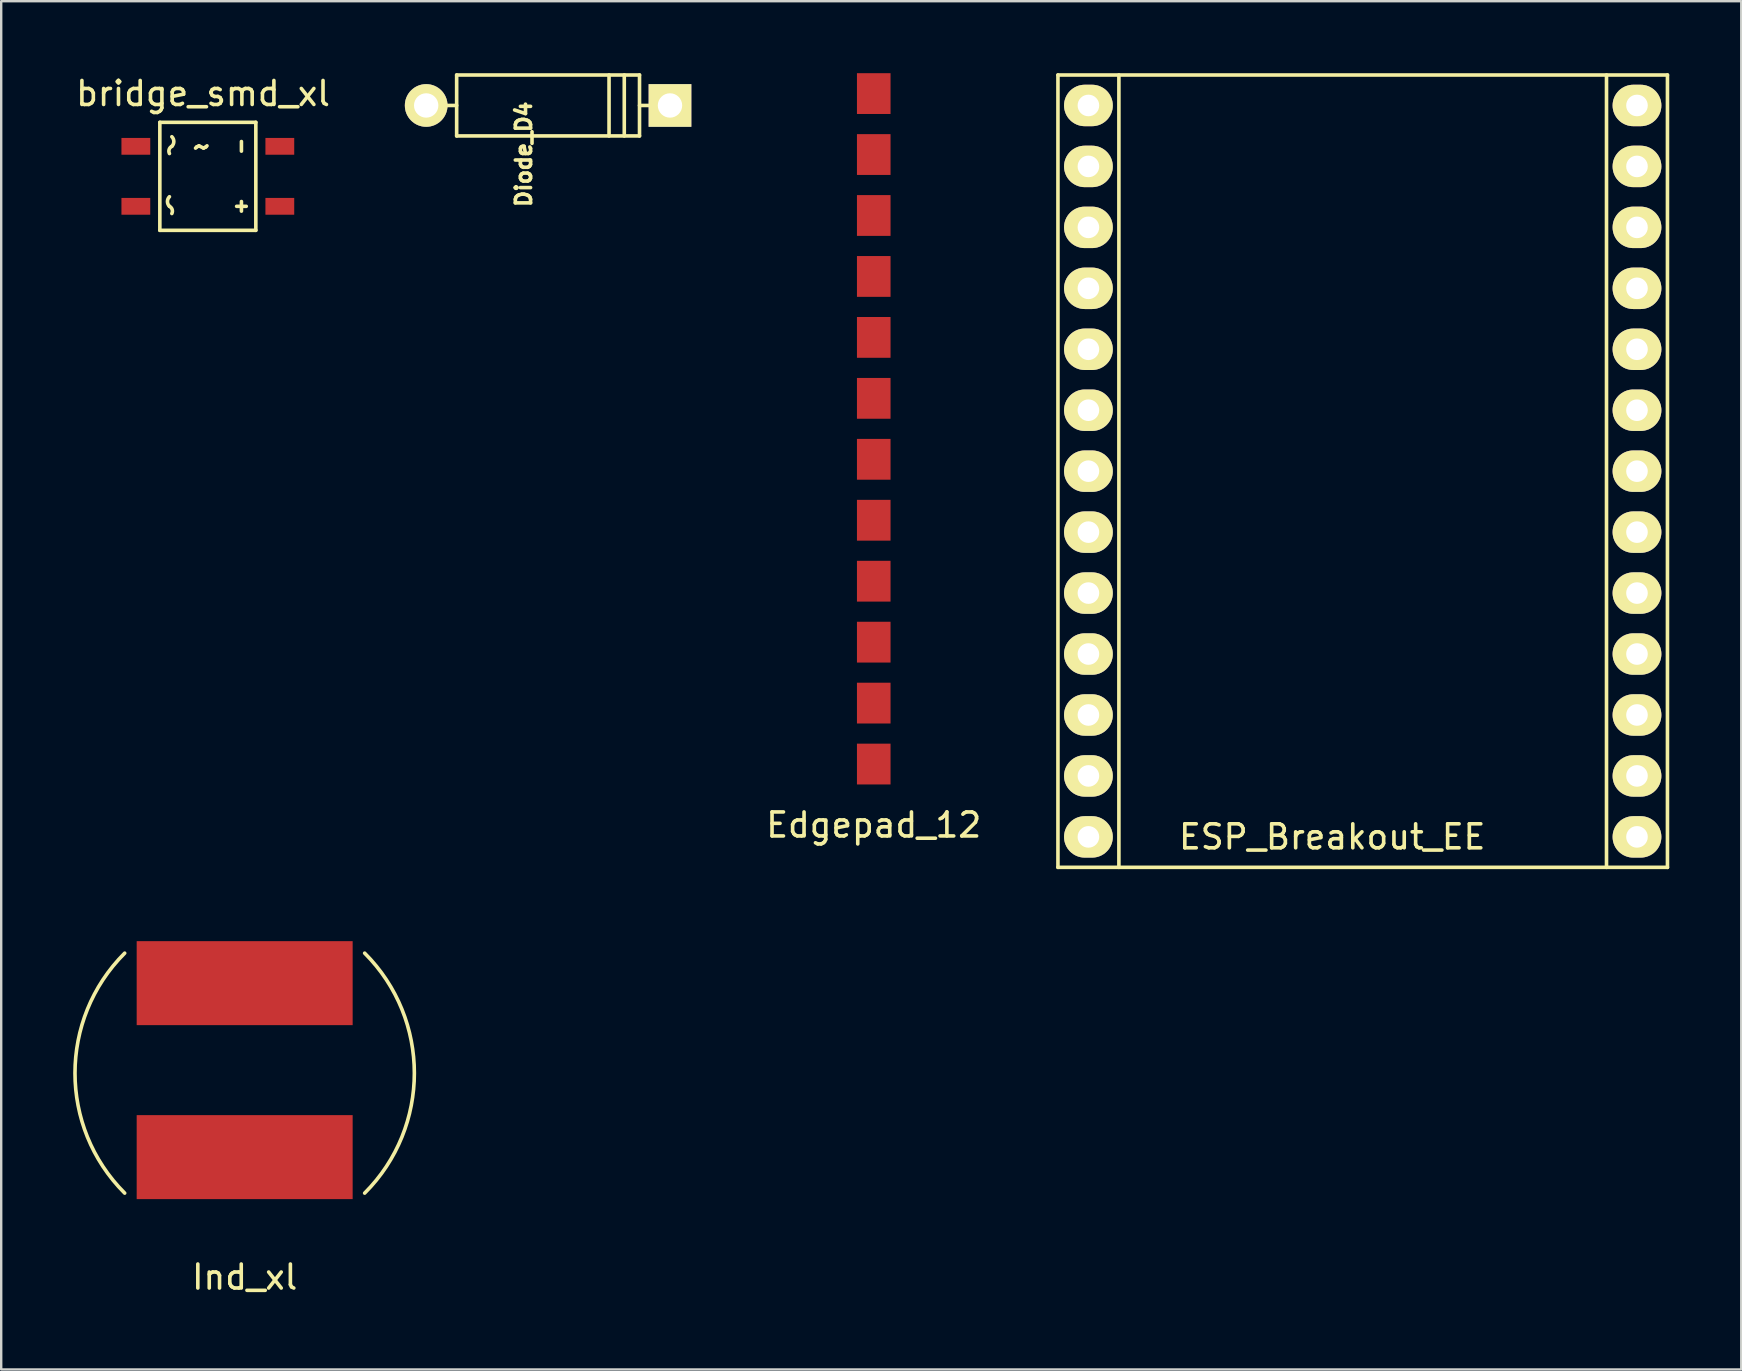
<source format=kicad_pcb>
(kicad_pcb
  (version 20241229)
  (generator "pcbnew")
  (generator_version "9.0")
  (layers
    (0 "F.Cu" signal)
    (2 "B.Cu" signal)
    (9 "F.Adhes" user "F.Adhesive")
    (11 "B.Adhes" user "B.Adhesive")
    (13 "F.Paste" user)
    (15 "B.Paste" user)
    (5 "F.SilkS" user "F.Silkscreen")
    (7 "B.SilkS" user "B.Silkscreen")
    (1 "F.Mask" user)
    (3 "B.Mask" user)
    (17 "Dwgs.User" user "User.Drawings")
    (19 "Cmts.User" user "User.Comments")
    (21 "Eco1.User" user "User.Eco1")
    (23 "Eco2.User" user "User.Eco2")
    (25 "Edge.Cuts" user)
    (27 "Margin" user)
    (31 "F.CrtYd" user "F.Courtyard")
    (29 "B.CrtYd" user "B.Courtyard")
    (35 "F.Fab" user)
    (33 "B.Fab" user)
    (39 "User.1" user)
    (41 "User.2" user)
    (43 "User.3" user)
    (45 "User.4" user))
  (footprint "Diode_D4"
    (layer "F.Cu")
    (at 19.79 1.345)
    (property "Reference" "Diode_D4" (at -1.016 2.032 90) (layer "F.SilkS") (effects (font (size 0.635 0.635) (thickness 0.15))))
    (attr through_hole)
    (fp_line (start -3.81 -1.27) (end 3.81 -1.27) (stroke (width 0.15) (type solid)) (layer "F.SilkS"))
    (fp_line (start -3.81 0) (end -5.08 0) (stroke (width 0.15) (type solid)) (layer "F.SilkS"))
    (fp_line (start -3.81 1.27) (end -3.81 -1.27) (stroke (width 0.15) (type solid)) (layer "F.SilkS"))
    (fp_line (start 2.54 1.27) (end 2.54 -1.27) (stroke (width 0.15) (type solid)) (layer "F.SilkS"))
    (fp_line (start 3.175 -1.27) (end 3.175 1.27) (stroke (width 0.15) (type solid)) (layer "F.SilkS"))
    (fp_line (start 3.81 -1.27) (end 3.81 1.27) (stroke (width 0.15) (type solid)) (layer "F.SilkS"))
    (fp_line (start 3.81 0) (end 5.08 0) (stroke (width 0.15) (type solid)) (layer "F.SilkS"))
    (fp_line (start 3.81 1.27) (end -3.81 1.27) (stroke (width 0.15) (type solid)) (layer "F.SilkS"))
    (pad "1" thru_hole circle (at -5.08 0) (size 1.778 1.778) (drill 1.016) (layers "*.Cu" "*.Mask" "F.SilkS"))
    (pad "2" thru_hole rect (at 5.08 0) (size 1.778 1.778) (drill 1.016) (layers "*.Cu" "*.Mask" "F.SilkS")))
  (footprint "bridge_smd_xl"
    (layer "F.Cu")
    (at 3.611 6.548)
    (property "Reference" "bridge_smd_xl" (at 1.8 -5.7 0) (layer "F.SilkS") (effects (font (size 1 1) (thickness 0.15))))
    (attr through_hole)
    (fp_line (start 0 -4.5) (end 4 -4.5) (stroke (width 0.15) (type solid)) (layer "F.SilkS"))
    (fp_line (start 0 0) (end 0 -4.5) (stroke (width 0.15) (type solid)) (layer "F.SilkS"))
    (fp_line (start 3.2 -1) (end 3.6 -1) (stroke (width 0.15) (type solid)) (layer "F.SilkS"))
    (fp_line (start 3.4 -3.7) (end 3.4 -3.3) (stroke (width 0.15) (type solid)) (layer "F.SilkS"))
    (fp_line (start 3.4 -1.2) (end 3.4 -0.8) (stroke (width 0.15) (type solid)) (layer "F.SilkS"))
    (fp_line (start 4 -4.5) (end 4 0) (stroke (width 0.15) (type solid)) (layer "F.SilkS"))
    (fp_line (start 4 0) (end 0 0) (stroke (width 0.15) (type solid)) (layer "F.SilkS"))
    (fp_arc (start 0.4 -3.2) (mid 0.387868 -3.370711) (end 0.5 -3.5) (stroke (width 0.15) (type solid)) (layer "F.SilkS"))
    (fp_arc (start 0.4 -1) (mid 0.317157 -1.2) (end 0.4 -1.4) (stroke (width 0.15) (type solid)) (layer "F.SilkS"))
    (fp_arc (start 0.4 -1) (mid 0.512132 -0.870711) (end 0.5 -0.7) (stroke (width 0.15) (type solid)) (layer "F.SilkS"))
    (fp_arc (start 0.5 -3.9) (mid 0.582843 -3.7) (end 0.5 -3.5) (stroke (width 0.15) (type solid)) (layer "F.SilkS"))
    (fp_text user "~" (at 1.75 -3.5 0) (layer "F.SilkS") (effects (font (size 1 1) (thickness 0.15))))
    (pad "1" smd rect (at -1 -3.5) (size 1.2 0.7) (layers "F.Cu" "F.Mask" "F.Paste"))
    (pad "2" smd rect (at -1 -1) (size 1.2 0.7) (layers "F.Cu" "F.Mask" "F.Paste"))
    (pad "3" smd rect (at 5 -1) (size 1.2 0.7) (layers "F.Cu" "F.Mask" "F.Paste"))
    (pad "4" smd rect (at 5 -3.5) (size 1.2 0.7) (layers "F.Cu" "F.Mask" "F.Paste")))
  (footprint "ESP_Breakout_EE"
    (layer "F.Cu")
    (at 52.467 19.125)
    (property "Reference" "ESP_Breakout_EE" (at 0 12.7 0) (layer "F.SilkS") (effects (font (size 1 1) (thickness 0.15))))
    (attr through_hole)
    (fp_line (start -11.43 -19.05) (end 13.97 -19.05) (stroke (width 0.15) (type solid)) (layer "F.SilkS"))
    (fp_line (start -11.43 13.97) (end -11.43 -19.05) (stroke (width 0.15) (type solid)) (layer "F.SilkS"))
    (fp_line (start -8.89 -19.05) (end -8.89 13.97) (stroke (width 0.15) (type solid)) (layer "F.SilkS"))
    (fp_line (start 11.43 -19.05) (end 11.43 13.97) (stroke (width 0.15) (type solid)) (layer "F.SilkS"))
    (fp_line (start 13.97 -19.05) (end 13.97 13.97) (stroke (width 0.15) (type solid)) (layer "F.SilkS"))
    (fp_line (start 13.97 13.97) (end -11.43 13.97) (stroke (width 0.15) (type solid)) (layer "F.SilkS"))
    (pad "1" thru_hole oval (at -10.16 -17.78) (size 2.032 1.727) (drill 0.9) (layers "*.Cu" "*.Mask" "F.SilkS"))
    (pad "2" thru_hole oval (at -10.16 -15.24) (size 2.032 1.727) (drill 0.9) (layers "*.Cu" "*.Mask" "F.SilkS"))
    (pad "3" thru_hole oval (at -10.16 -12.7) (size 2.032 1.727) (drill 0.9) (layers "*.Cu" "*.Mask" "F.SilkS"))
    (pad "4" thru_hole oval (at -10.16 -10.16) (size 2.032 1.727) (drill 0.9) (layers "*.Cu" "*.Mask" "F.SilkS"))
    (pad "5" thru_hole oval (at -10.16 -7.62) (size 2.032 1.727) (drill 0.9) (layers "*.Cu" "*.Mask" "F.SilkS"))
    (pad "6" thru_hole oval (at -10.16 -5.08) (size 2.032 1.727) (drill 0.9) (layers "*.Cu" "*.Mask" "F.SilkS"))
    (pad "7" thru_hole oval (at -10.16 -2.54) (size 2.032 1.727) (drill 0.9) (layers "*.Cu" "*.Mask" "F.SilkS"))
    (pad "8" thru_hole oval (at -10.16 0) (size 2.032 1.727) (drill 0.9) (layers "*.Cu" "*.Mask" "F.SilkS"))
    (pad "9" thru_hole oval (at -10.16 2.54) (size 2.032 1.727) (drill 0.9) (layers "*.Cu" "*.Mask" "F.SilkS"))
    (pad "10" thru_hole oval (at -10.16 5.08) (size 2.032 1.727) (drill 0.9) (layers "*.Cu" "*.Mask" "F.SilkS"))
    (pad "11" thru_hole oval (at -10.16 7.62) (size 2.032 1.727) (drill 0.9) (layers "*.Cu" "*.Mask" "F.SilkS"))
    (pad "12" thru_hole oval (at -10.16 10.16) (size 2.032 1.727) (drill 0.9) (layers "*.Cu" "*.Mask" "F.SilkS"))
    (pad "13" thru_hole oval (at -10.16 12.7) (size 2.032 1.727) (drill 0.9) (layers "*.Cu" "*.Mask" "F.SilkS"))
    (pad "14" thru_hole oval (at 12.7 12.7) (size 2.032 1.727) (drill 0.9) (layers "*.Cu" "*.Mask" "F.SilkS"))
    (pad "15" thru_hole oval (at 12.7 10.16) (size 2.032 1.727) (drill 0.9) (layers "*.Cu" "*.Mask" "F.SilkS"))
    (pad "16" thru_hole oval (at 12.7 7.62) (size 2.032 1.727) (drill 0.9) (layers "*.Cu" "*.Mask" "F.SilkS"))
    (pad "17" thru_hole oval (at 12.7 5.08) (size 2.032 1.727) (drill 0.9) (layers "*.Cu" "*.Mask" "F.SilkS"))
    (pad "18" thru_hole oval (at 12.7 2.54) (size 2.032 1.727) (drill 0.9) (layers "*.Cu" "*.Mask" "F.SilkS"))
    (pad "19" thru_hole oval (at 12.7 0) (size 2.032 1.727) (drill 0.9) (layers "*.Cu" "*.Mask" "F.SilkS"))
    (pad "20" thru_hole oval (at 12.7 -2.54) (size 2.032 1.727) (drill 0.9) (layers "*.Cu" "*.Mask" "F.SilkS"))
    (pad "21" thru_hole oval (at 12.7 -5.08) (size 2.032 1.727) (drill 0.9) (layers "*.Cu" "*.Mask" "F.SilkS"))
    (pad "22" thru_hole oval (at 12.7 -7.62) (size 2.032 1.727) (drill 0.9) (layers "*.Cu" "*.Mask" "F.SilkS"))
    (pad "23" thru_hole oval (at 12.7 -10.16) (size 2.032 1.727) (drill 0.9) (layers "*.Cu" "*.Mask" "F.SilkS"))
    (pad "24" thru_hole oval (at 12.7 -12.7) (size 2.032 1.727) (drill 0.9) (layers "*.Cu" "*.Mask" "F.SilkS"))
    (pad "25" thru_hole oval (at 12.7 -15.24) (size 2.032 1.727) (drill 0.9) (layers "*.Cu" "*.Mask" "F.SilkS"))
    (pad "26" thru_hole oval (at 12.7 -17.78) (size 2.032 1.727) (drill 0.9) (layers "*.Cu" "*.Mask" "F.SilkS")))
  (footprint "Ind_xl"
    (layer "F.Cu")
    (at 7.146 41.67)
    (property "Reference" "Ind_xl" (at 0 8.5 0) (layer "F.SilkS") (effects (font (size 1 1) (thickness 0.15))))
    (attr through_hole)
    (fp_arc (start -5 5) (mid -7.071068 0) (end -5 -5) (stroke (width 0.15) (type solid)) (layer "F.SilkS"))
    (fp_arc (start 5 -5) (mid 7.071068 0) (end 5 5) (stroke (width 0.15) (type solid)) (layer "F.SilkS"))
    (pad "1" smd rect (at 0 -3.75) (size 9 3.5) (layers "F.Cu" "F.Mask" "F.Paste"))
    (pad "2" smd rect (at 0 3.5) (size 9 3.5) (layers "F.Cu" "F.Mask" "F.Paste")))
  (footprint "Edgepad_12"
    (layer "F.Cu")
    (at 33.361 11.01)
    (property "Reference" "Edgepad_12" (at 0 20.32 0) (layer "F.SilkS") (effects (font (size 1 1) (thickness 0.15))))
    (attr through_hole)
    (pad "1" smd rect (at 0 -10.16) (size 1.4 1.7) (layers "F.Cu" "F.Mask" "F.Paste"))
    (pad "2" smd rect (at 0 -7.62) (size 1.4 1.7) (layers "F.Cu" "F.Mask" "F.Paste"))
    (pad "3" smd rect (at 0 -5.08) (size 1.4 1.7) (layers "F.Cu" "F.Mask" "F.Paste"))
    (pad "4" smd rect (at 0 -2.54) (size 1.4 1.7) (layers "F.Cu" "F.Mask" "F.Paste"))
    (pad "5" smd rect (at 0 0) (size 1.4 1.7) (layers "F.Cu" "F.Mask" "F.Paste"))
    (pad "6" smd rect (at 0 2.54) (size 1.4 1.7) (layers "F.Cu" "F.Mask" "F.Paste"))
    (pad "7" smd rect (at 0 5.08) (size 1.4 1.7) (layers "F.Cu" "F.Mask" "F.Paste"))
    (pad "8" smd rect (at 0 7.62) (size 1.4 1.7) (layers "F.Cu" "F.Mask" "F.Paste"))
    (pad "9" smd rect (at 0 10.16) (size 1.4 1.7) (layers "F.Cu" "F.Mask" "F.Paste"))
    (pad "10" smd rect (at 0 12.7) (size 1.4 1.7) (layers "F.Cu" "F.Mask" "F.Paste"))
    (pad "11" smd rect (at 0 15.24) (size 1.4 1.7) (layers "F.Cu" "F.Mask" "F.Paste"))
    (pad "12" smd rect (at 0 17.78) (size 1.4 1.7) (layers "F.Cu" "F.Mask" "F.Paste")))
  (gr_rect
    (start -3 -3)
    (end 69.512 54.018)
    (stroke (width 0.1) (type default))
    (fill no)
    (layer "Edge.Cuts")))
</source>
